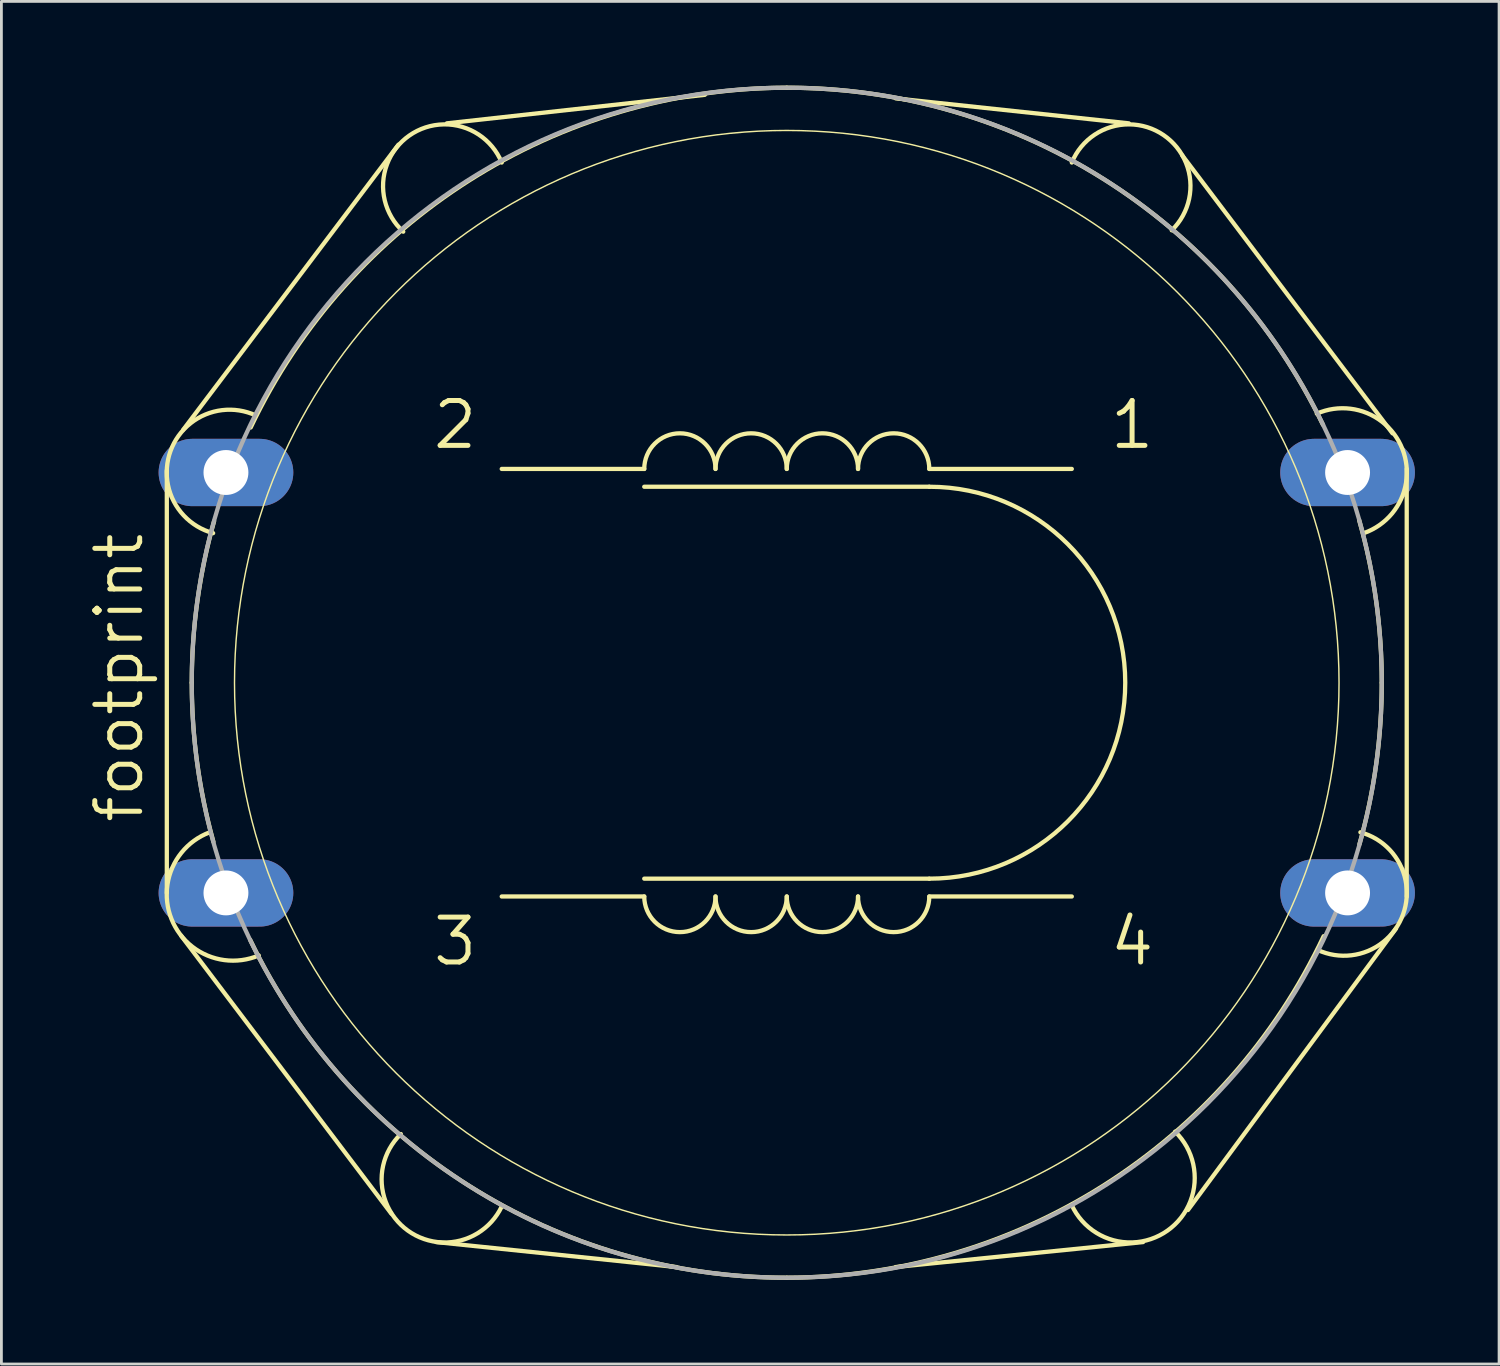
<source format=kicad_pcb>
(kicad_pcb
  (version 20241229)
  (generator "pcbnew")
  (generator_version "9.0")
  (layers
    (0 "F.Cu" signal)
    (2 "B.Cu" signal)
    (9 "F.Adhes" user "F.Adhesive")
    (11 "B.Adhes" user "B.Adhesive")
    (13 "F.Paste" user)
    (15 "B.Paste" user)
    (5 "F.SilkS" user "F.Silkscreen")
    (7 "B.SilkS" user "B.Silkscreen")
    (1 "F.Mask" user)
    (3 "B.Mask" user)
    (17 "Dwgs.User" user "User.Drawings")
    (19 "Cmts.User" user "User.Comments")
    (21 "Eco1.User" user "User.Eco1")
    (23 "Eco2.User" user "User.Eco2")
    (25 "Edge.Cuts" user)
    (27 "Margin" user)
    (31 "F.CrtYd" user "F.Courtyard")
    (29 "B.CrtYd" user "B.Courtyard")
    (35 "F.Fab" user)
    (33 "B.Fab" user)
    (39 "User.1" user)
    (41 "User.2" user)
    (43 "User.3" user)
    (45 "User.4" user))
  (footprint "footprint"
    (layer "F.Cu")
    (at 24.994 21.285)
    (property "Reference" "footprint" (at -22.86 5.08 90) (layer "F.SilkS") (effects (font (size 1.6 1.6) (thickness 0.178)) (justify left bottom)))
    (fp_line (start -22.098 -7.569) (end -22.098 7.493) (stroke (width 0.152) (type solid)) (layer "F.SilkS"))
    (fp_line (start -14.097 18.923) (end -21.59 9.017) (stroke (width 0.152) (type solid)) (layer "F.SilkS"))
    (fp_line (start -13.843 -19.177) (end -21.514 -9.017) (stroke (width 0.152) (type solid)) (layer "F.SilkS"))
    (fp_line (start -5.08 -7.62) (end -10.16 -7.62) (stroke (width 0.152) (type solid)) (layer "F.SilkS"))
    (fp_line (start -5.08 -6.985) (end 5.08 -6.985) (stroke (width 0.152) (type solid)) (layer "F.SilkS"))
    (fp_line (start -5.08 6.985) (end 5.08 6.985) (stroke (width 0.152) (type solid)) (layer "F.SilkS"))
    (fp_line (start -5.08 7.62) (end -10.16 7.62) (stroke (width 0.152) (type solid)) (layer "F.SilkS"))
    (fp_line (start -3.937 20.828) (end -12.497 19.939) (stroke (width 0.152) (type solid)) (layer "F.SilkS"))
    (fp_line (start -2.921 -20.955) (end -12.116 -19.939) (stroke (width 0.152) (type solid)) (layer "F.SilkS"))
    (fp_line (start 5.08 -7.62) (end 10.16 -7.62) (stroke (width 0.152) (type solid)) (layer "F.SilkS"))
    (fp_line (start 5.08 7.62) (end 10.16 7.62) (stroke (width 0.152) (type solid)) (layer "F.SilkS"))
    (fp_line (start 12.192 -19.939) (end 3.886 -20.828) (stroke (width 0.152) (type solid)) (layer "F.SilkS"))
    (fp_line (start 12.7 19.939) (end 3.886 20.828) (stroke (width 0.152) (type solid)) (layer "F.SilkS"))
    (fp_line (start 14.097 -18.796) (end 21.59 -8.89) (stroke (width 0.152) (type solid)) (layer "F.SilkS"))
    (fp_line (start 21.717 8.763) (end 14.3 18.796) (stroke (width 0.152) (type solid)) (layer "F.SilkS"))
    (fp_line (start 22.098 -7.62) (end 22.098 7.62) (stroke (width 0.152) (type solid)) (layer "F.SilkS"))
    (fp_arc (start -21.209 0) (mid -21.00868 -2.908117) (end -20.4115 -5.7613) (stroke (width 0.1524) (type solid)) (layer "F.SilkS"))
    (fp_arc (start -20.4476 -5.3319) (mid -21.966795 -8.257893) (end -18.923098 -9.524899) (stroke (width 0.1524) (type solid)) (layer "F.SilkS"))
    (fp_arc (start -20.4371 5.6697) (mid -21.015132 2.861001) (end -21.209 0) (stroke (width 0.1524) (type solid)) (layer "F.SilkS"))
    (fp_arc (start -19.1076 -9.0983) (mid -11.303297 -17.913911) (end 0 -21.208999) (stroke (width 0.1524) (type solid)) (layer "F.SilkS"))
    (fp_arc (start -18.819998 9.721999) (mid -21.930141 8.420647) (end -20.574 5.334) (stroke (width 0.1524) (type solid)) (layer "F.SilkS"))
    (fp_arc (start -13.6706 -16.0773) (mid -13.455058 -19.502808) (end -10.16 -18.541998) (stroke (width 0.1524) (type solid)) (layer "F.SilkS"))
    (fp_arc (start -10.159998 18.669) (mid -13.503918 19.531259) (end -13.7564 16.0872) (stroke (width 0.1524) (type solid)) (layer "F.SilkS"))
    (fp_arc (start -5.08 -7.62) (mid -3.81 -8.89) (end -2.54 -7.62) (stroke (width 0.1524) (type solid)) (layer "F.SilkS"))
    (fp_arc (start -2.54 -7.62) (mid -1.27 -8.89) (end 0 -7.62) (stroke (width 0.1524) (type solid)) (layer "F.SilkS"))
    (fp_arc (start -2.54 7.62) (mid -3.81 8.89) (end -5.08 7.62) (stroke (width 0.1524) (type solid)) (layer "F.SilkS"))
    (fp_arc (start 0 -21.209) (mid 11.287943 -17.955578) (end 19.1128 -9.1935) (stroke (width 0.1524) (type solid)) (layer "F.SilkS"))
    (fp_arc (start 0 -7.62) (mid 1.27 -8.89) (end 2.54 -7.62) (stroke (width 0.1524) (type solid)) (layer "F.SilkS"))
    (fp_arc (start 0 7.62) (mid -1.27 8.89) (end -2.54 7.62) (stroke (width 0.1524) (type solid)) (layer "F.SilkS"))
    (fp_arc (start 0 21.209) (mid -11.302314 17.946543) (end -19.1275 9.1629) (stroke (width 0.1524) (type solid)) (layer "F.SilkS"))
    (fp_arc (start 2.54 -7.62) (mid 3.81 -8.89) (end 5.08 -7.62) (stroke (width 0.1524) (type solid)) (layer "F.SilkS"))
    (fp_arc (start 2.54 7.62) (mid 1.27 8.89) (end 0 7.62) (stroke (width 0.1524) (type solid)) (layer "F.SilkS"))
    (fp_arc (start 5.08 -6.985) (mid 12.065 0) (end 5.08 6.985) (stroke (width 0.1524) (type solid)) (layer "F.SilkS"))
    (fp_arc (start 5.08 7.62) (mid 3.81 8.89) (end 2.54 7.62) (stroke (width 0.1524) (type solid)) (layer "F.SilkS"))
    (fp_arc (start 10.16 -18.542) (mid 13.425881 -19.523128) (end 13.722699 -16.125998) (stroke (width 0.1524) (type solid)) (layer "F.SilkS"))
    (fp_arc (start 13.842799 16.0022) (mid 13.57093 19.529514) (end 10.1538 18.6135) (stroke (width 0.1524) (type solid)) (layer "F.SilkS"))
    (fp_arc (start 18.8943 -9.5906) (mid 21.941821 -8.333361) (end 20.574098 -5.3338) (stroke (width 0.1524) (type solid)) (layer "F.SilkS"))
    (fp_arc (start 19.1374 9.035301) (mid 11.332717 17.895236) (end 0 21.209) (stroke (width 0.1524) (type solid)) (layer "F.SilkS"))
    (fp_arc (start 20.4029 -5.7918) (mid 21.006518 -2.923815) (end 21.209 0) (stroke (width 0.1524) (type solid)) (layer "F.SilkS"))
    (fp_arc (start 20.447598 5.331499) (mid 21.967049 8.257808) (end 18.923 9.525) (stroke (width 0.1524) (type solid)) (layer "F.SilkS"))
    (fp_arc (start 21.209 0) (mid 21.008958 2.90611) (end 20.4126 5.7574) (stroke (width 0.1524) (type solid)) (layer "F.SilkS"))
    (fp_circle (center 0 0) (end 19.685 0) (stroke (width 0.051) (type solid)) (fill no) (layer "F.SilkS"))
    (fp_circle (center 0 0) (end 21.209 0) (stroke (width 0.152) (type solid)) (fill no) (layer "F.Fab"))
    (fp_text user "4" (at 11.43 10.16 0) (layer "F.SilkS") (effects (font (size 1.6 1.6) (thickness 0.178)) (justify left bottom)))
    (fp_text user "3" (at -12.7 10.16 0) (layer "F.SilkS") (effects (font (size 1.6 1.6) (thickness 0.178)) (justify left bottom)))
    (fp_text user "1" (at 11.43 -8.255 0) (layer "F.SilkS") (effects (font (size 1.6 1.6) (thickness 0.178)) (justify left bottom)))
    (fp_text user "2" (at -12.7 -8.255 0) (layer "F.SilkS") (effects (font (size 1.6 1.6) (thickness 0.178)) (justify left bottom)))
    (pad "1" thru_hole oval (at 19.99 -7.493) (size 4.801 2.4) (drill 1.6) (layers "*.Cu" "*.Mask"))
    (pad "2" thru_hole oval (at -19.99 -7.493) (size 4.801 2.4) (drill 1.6) (layers "*.Cu" "*.Mask"))
    (pad "3" thru_hole oval (at -19.99 7.493) (size 4.801 2.4) (drill 1.6) (layers "*.Cu" "*.Mask"))
    (pad "4" thru_hole oval (at 19.99 7.493) (size 4.801 2.4) (drill 1.6) (layers "*.Cu" "*.Mask")))
  (gr_rect
    (start -3 -3)
    (end 50.384 45.57)
    (stroke (width 0.1) (type default))
    (fill no)
    (layer "Edge.Cuts")))
</source>
